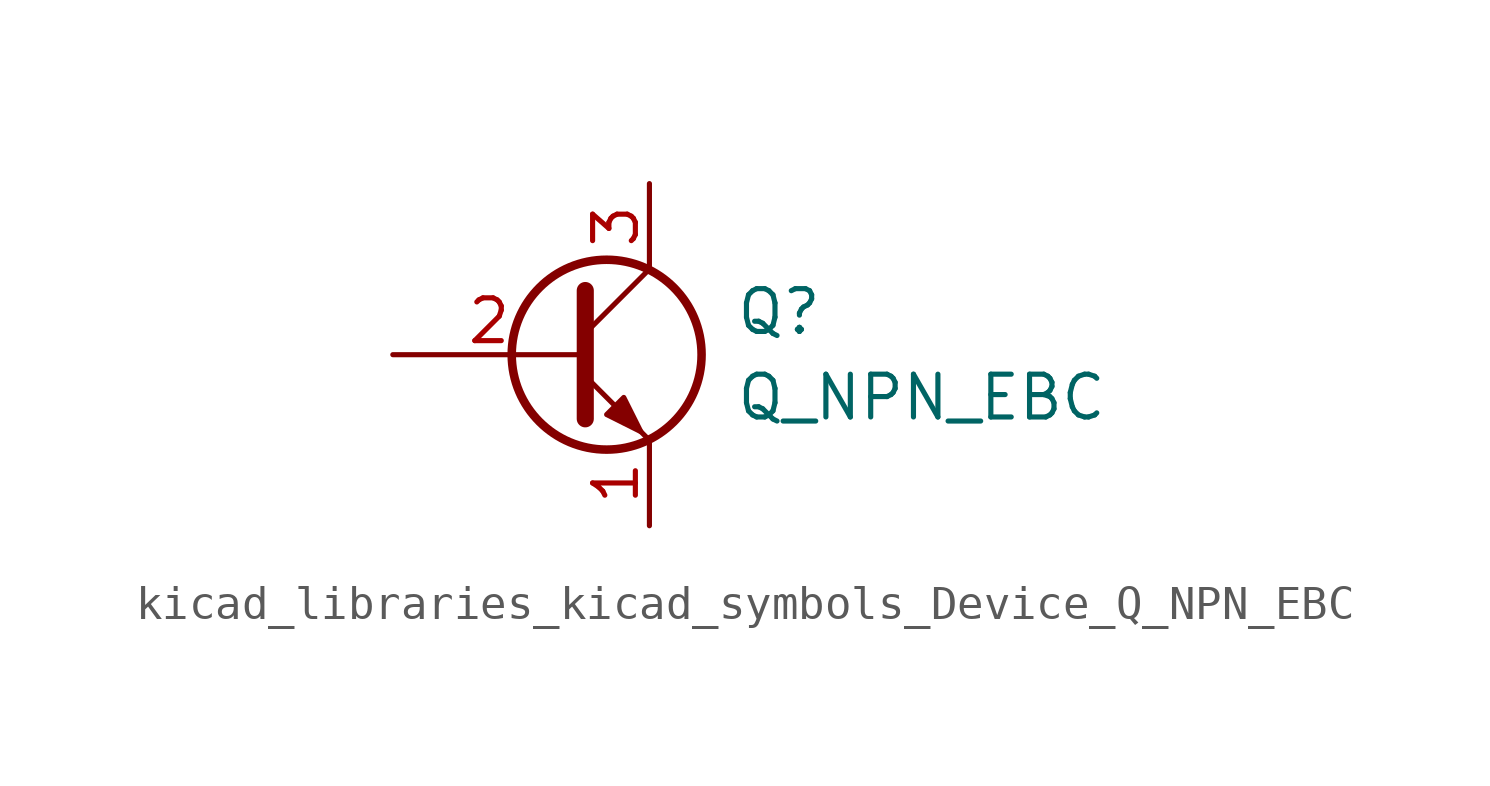
<source format=kicad_sym>
(kicad_symbol_lib
  (version 20220914)
  (generator kicad_symbol_editor)
  (symbol "kicad_libraries_kicad_symbols_Device_Q_NPN_EBC"
    (pin_names
      (offset 0) hide)
    (property "Reference" "Q"
      (at 5.08 1.27 0)
      (effects (font (size 1.27 1.27)) (justify left)))
    (property "Value" "Q_NPN_EBC"
      (at 5.08 -1.27 0)
      (effects (font (size 1.27 1.27)) (justify left)))
    (symbol "kicad_libraries_kicad_symbols_Device_Q_NPN_EBC_0_1"
      (polyline (pts (xy 0.635 0.635) (xy 2.54 2.54)) (stroke (width 0) (type default)) (fill (type none)))
      (polyline (pts (xy 0.635 -0.635) (xy 2.54 -2.54) (xy 2.54 -2.54)) (stroke (width 0) (type default)) (fill (type none)))
      (polyline (pts (xy 0.635 1.905) (xy 0.635 -1.905) (xy 0.635 -1.905)) (stroke (width 0.508) (type default)) (fill (type none)))
      (polyline (pts (xy 1.27 -1.778) (xy 1.778 -1.27) (xy 2.286 -2.286) (xy 1.27 -1.778) (xy 1.27 -1.778)) (stroke (width 0) (type default)) (fill (type outline)))
      (circle (center 1.27 0) (radius 2.819) (stroke (width 0.254) (type default)) (fill (type none))))
    (symbol "kicad_libraries_kicad_symbols_Device_Q_NPN_EBC_1_1"
      (pin passive line (at 2.54 -5.08 90) (length 2.54) (name "E" (effects (font (size 1.27 1.27)))) (number "1" (effects (font (size 1.27 1.27)))))
      (pin passive line (at -5.08 0 0) (length 5.715) (name "B" (effects (font (size 1.27 1.27)))) (number "2" (effects (font (size 1.27 1.27)))))
      (pin passive line (at 2.54 5.08 270) (length 2.54) (name "C" (effects (font (size 1.27 1.27)))) (number "3" (effects (font (size 1.27 1.27))))))))
</source>
